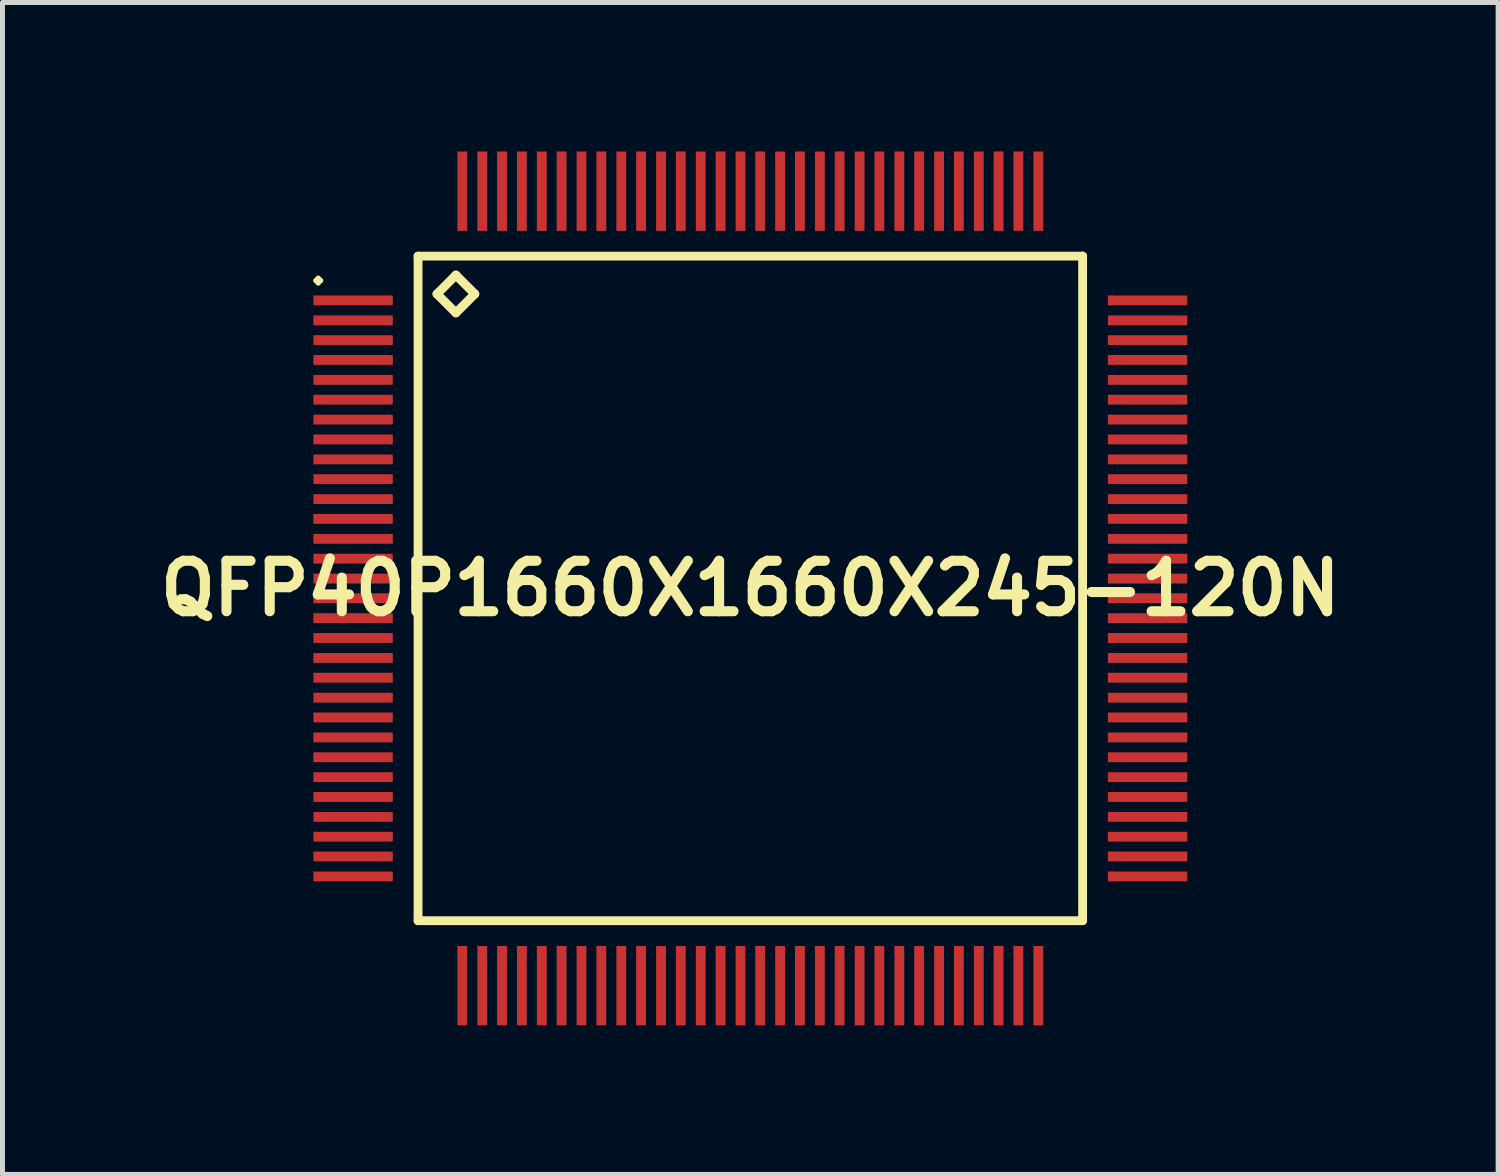
<source format=kicad_pcb>
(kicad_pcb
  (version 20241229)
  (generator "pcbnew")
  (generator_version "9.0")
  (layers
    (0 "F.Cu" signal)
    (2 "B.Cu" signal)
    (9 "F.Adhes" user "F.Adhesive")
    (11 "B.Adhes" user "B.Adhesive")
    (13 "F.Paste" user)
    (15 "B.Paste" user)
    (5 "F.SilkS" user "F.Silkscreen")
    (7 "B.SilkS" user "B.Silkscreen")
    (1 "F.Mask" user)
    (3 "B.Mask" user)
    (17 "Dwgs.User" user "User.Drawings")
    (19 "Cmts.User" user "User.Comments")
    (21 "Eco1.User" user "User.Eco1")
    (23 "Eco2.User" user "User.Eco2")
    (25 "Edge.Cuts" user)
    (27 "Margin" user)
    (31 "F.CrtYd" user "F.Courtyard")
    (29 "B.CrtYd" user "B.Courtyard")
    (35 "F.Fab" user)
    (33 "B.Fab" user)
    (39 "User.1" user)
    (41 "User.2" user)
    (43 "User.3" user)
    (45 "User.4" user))
  (footprint "QFP40P1660X1660X245-120N"
    (layer "F.Cu")
    (at 12.057 8.797)
    (property "Reference" "QFP40P1660X1660X245-120N" (at 0 0 0) (layer "F.SilkS") (effects (font (size 1.016 1.016) (thickness 0.203))))
    (attr smd)
    (fp_line (start -8.748 -6.198) (end -8.7 -6.248) (stroke (width 0.099) (type solid)) (layer "F.SilkS"))
    (fp_line (start -8.7 -6.248) (end -8.649 -6.198) (stroke (width 0.099) (type solid)) (layer "F.SilkS"))
    (fp_line (start -8.7 -6.149) (end -8.748 -6.198) (stroke (width 0.099) (type solid)) (layer "F.SilkS"))
    (fp_line (start -8.649 -6.198) (end -8.7 -6.149) (stroke (width 0.099) (type solid)) (layer "F.SilkS"))
    (fp_line (start -6.69 -6.69) (end -6.69 6.69) (stroke (width 0.178) (type solid)) (layer "F.SilkS"))
    (fp_line (start -6.69 6.69) (end 6.69 6.69) (stroke (width 0.178) (type solid)) (layer "F.SilkS"))
    (fp_line (start -6.309 -5.928) (end -5.928 -6.309) (stroke (width 0.178) (type solid)) (layer "F.SilkS"))
    (fp_line (start -5.928 -6.309) (end -5.547 -5.928) (stroke (width 0.178) (type solid)) (layer "F.SilkS"))
    (fp_line (start -5.928 -5.547) (end -6.309 -5.928) (stroke (width 0.178) (type solid)) (layer "F.SilkS"))
    (fp_line (start -5.547 -5.928) (end -5.928 -5.547) (stroke (width 0.178) (type solid)) (layer "F.SilkS"))
    (fp_line (start 6.69 -6.69) (end -6.69 -6.69) (stroke (width 0.178) (type solid)) (layer "F.SilkS"))
    (fp_line (start 6.69 6.69) (end 6.69 -6.69) (stroke (width 0.178) (type solid)) (layer "F.SilkS"))
    (pad "1" smd rect (at -7.998 -5.799) (size 1.598 0.198) (layers "F.Cu" "F.Mask" "F.Paste"))
    (pad "2" smd rect (at -7.998 -5.397) (size 1.598 0.198) (layers "F.Cu" "F.Mask" "F.Paste"))
    (pad "3" smd rect (at -7.998 -4.999) (size 1.598 0.198) (layers "F.Cu" "F.Mask" "F.Paste"))
    (pad "4" smd rect (at -7.998 -4.6) (size 1.598 0.198) (layers "F.Cu" "F.Mask" "F.Paste"))
    (pad "5" smd rect (at -7.998 -4.199) (size 1.598 0.198) (layers "F.Cu" "F.Mask" "F.Paste"))
    (pad "6" smd rect (at -7.998 -3.8) (size 1.598 0.198) (layers "F.Cu" "F.Mask" "F.Paste"))
    (pad "7" smd rect (at -7.998 -3.399) (size 1.598 0.198) (layers "F.Cu" "F.Mask" "F.Paste"))
    (pad "8" smd rect (at -7.998 -3) (size 1.598 0.198) (layers "F.Cu" "F.Mask" "F.Paste"))
    (pad "9" smd rect (at -7.998 -2.598) (size 1.598 0.198) (layers "F.Cu" "F.Mask" "F.Paste"))
    (pad "10" smd rect (at -7.998 -2.2) (size 1.598 0.198) (layers "F.Cu" "F.Mask" "F.Paste"))
    (pad "11" smd rect (at -7.998 -1.798) (size 1.598 0.198) (layers "F.Cu" "F.Mask" "F.Paste"))
    (pad "12" smd rect (at -7.998 -1.4) (size 1.598 0.198) (layers "F.Cu" "F.Mask" "F.Paste"))
    (pad "13" smd rect (at -7.998 -0.998) (size 1.598 0.198) (layers "F.Cu" "F.Mask" "F.Paste"))
    (pad "14" smd rect (at -7.998 -0.599) (size 1.598 0.198) (layers "F.Cu" "F.Mask" "F.Paste"))
    (pad "15" smd rect (at -7.998 -0.198) (size 1.598 0.198) (layers "F.Cu" "F.Mask" "F.Paste"))
    (pad "16" smd rect (at -7.998 0.198) (size 1.598 0.198) (layers "F.Cu" "F.Mask" "F.Paste"))
    (pad "17" smd rect (at -7.998 0.599) (size 1.598 0.198) (layers "F.Cu" "F.Mask" "F.Paste"))
    (pad "18" smd rect (at -7.998 0.998) (size 1.598 0.198) (layers "F.Cu" "F.Mask" "F.Paste"))
    (pad "19" smd rect (at -7.998 1.4) (size 1.598 0.198) (layers "F.Cu" "F.Mask" "F.Paste"))
    (pad "20" smd rect (at -7.998 1.798) (size 1.598 0.198) (layers "F.Cu" "F.Mask" "F.Paste"))
    (pad "21" smd rect (at -7.998 2.2) (size 1.598 0.198) (layers "F.Cu" "F.Mask" "F.Paste"))
    (pad "22" smd rect (at -7.998 2.598) (size 1.598 0.198) (layers "F.Cu" "F.Mask" "F.Paste"))
    (pad "23" smd rect (at -7.998 3) (size 1.598 0.198) (layers "F.Cu" "F.Mask" "F.Paste"))
    (pad "24" smd rect (at -7.998 3.399) (size 1.598 0.198) (layers "F.Cu" "F.Mask" "F.Paste"))
    (pad "25" smd rect (at -7.998 3.8) (size 1.598 0.198) (layers "F.Cu" "F.Mask" "F.Paste"))
    (pad "26" smd rect (at -7.998 4.199) (size 1.598 0.198) (layers "F.Cu" "F.Mask" "F.Paste"))
    (pad "27" smd rect (at -7.998 4.6) (size 1.598 0.198) (layers "F.Cu" "F.Mask" "F.Paste"))
    (pad "28" smd rect (at -7.998 4.999) (size 1.598 0.198) (layers "F.Cu" "F.Mask" "F.Paste"))
    (pad "29" smd rect (at -7.998 5.397) (size 1.598 0.198) (layers "F.Cu" "F.Mask" "F.Paste"))
    (pad "30" smd rect (at -7.998 5.799) (size 1.598 0.198) (layers "F.Cu" "F.Mask" "F.Paste"))
    (pad "31" smd rect (at -5.799 7.998) (size 0.198 1.598) (layers "F.Cu" "F.Mask" "F.Paste"))
    (pad "32" smd rect (at -5.397 7.998) (size 0.198 1.598) (layers "F.Cu" "F.Mask" "F.Paste"))
    (pad "33" smd rect (at -4.999 7.998) (size 0.198 1.598) (layers "F.Cu" "F.Mask" "F.Paste"))
    (pad "34" smd rect (at -4.6 7.998) (size 0.198 1.598) (layers "F.Cu" "F.Mask" "F.Paste"))
    (pad "35" smd rect (at -4.199 7.998) (size 0.198 1.598) (layers "F.Cu" "F.Mask" "F.Paste"))
    (pad "36" smd rect (at -3.8 7.998) (size 0.198 1.598) (layers "F.Cu" "F.Mask" "F.Paste"))
    (pad "37" smd rect (at -3.399 7.998) (size 0.198 1.598) (layers "F.Cu" "F.Mask" "F.Paste"))
    (pad "38" smd rect (at -3 7.998) (size 0.198 1.598) (layers "F.Cu" "F.Mask" "F.Paste"))
    (pad "39" smd rect (at -2.598 7.998) (size 0.198 1.598) (layers "F.Cu" "F.Mask" "F.Paste"))
    (pad "40" smd rect (at -2.2 7.998) (size 0.198 1.598) (layers "F.Cu" "F.Mask" "F.Paste"))
    (pad "41" smd rect (at -1.798 7.998) (size 0.198 1.598) (layers "F.Cu" "F.Mask" "F.Paste"))
    (pad "42" smd rect (at -1.4 7.998) (size 0.198 1.598) (layers "F.Cu" "F.Mask" "F.Paste"))
    (pad "43" smd rect (at -0.998 7.998) (size 0.198 1.598) (layers "F.Cu" "F.Mask" "F.Paste"))
    (pad "44" smd rect (at -0.599 7.998) (size 0.198 1.598) (layers "F.Cu" "F.Mask" "F.Paste"))
    (pad "45" smd rect (at -0.198 7.998) (size 0.198 1.598) (layers "F.Cu" "F.Mask" "F.Paste"))
    (pad "46" smd rect (at 0.198 7.998) (size 0.198 1.598) (layers "F.Cu" "F.Mask" "F.Paste"))
    (pad "47" smd rect (at 0.599 7.998) (size 0.198 1.598) (layers "F.Cu" "F.Mask" "F.Paste"))
    (pad "48" smd rect (at 0.998 7.998) (size 0.198 1.598) (layers "F.Cu" "F.Mask" "F.Paste"))
    (pad "49" smd rect (at 1.4 7.998) (size 0.198 1.598) (layers "F.Cu" "F.Mask" "F.Paste"))
    (pad "50" smd rect (at 1.798 7.998) (size 0.198 1.598) (layers "F.Cu" "F.Mask" "F.Paste"))
    (pad "51" smd rect (at 2.2 7.998) (size 0.198 1.598) (layers "F.Cu" "F.Mask" "F.Paste"))
    (pad "52" smd rect (at 2.598 7.998) (size 0.198 1.598) (layers "F.Cu" "F.Mask" "F.Paste"))
    (pad "53" smd rect (at 3 7.998) (size 0.198 1.598) (layers "F.Cu" "F.Mask" "F.Paste"))
    (pad "54" smd rect (at 3.399 7.998) (size 0.198 1.598) (layers "F.Cu" "F.Mask" "F.Paste"))
    (pad "55" smd rect (at 3.8 7.998) (size 0.198 1.598) (layers "F.Cu" "F.Mask" "F.Paste"))
    (pad "56" smd rect (at 4.199 7.998) (size 0.198 1.598) (layers "F.Cu" "F.Mask" "F.Paste"))
    (pad "57" smd rect (at 4.6 7.998) (size 0.198 1.598) (layers "F.Cu" "F.Mask" "F.Paste"))
    (pad "58" smd rect (at 4.999 7.998) (size 0.198 1.598) (layers "F.Cu" "F.Mask" "F.Paste"))
    (pad "59" smd rect (at 5.397 7.998) (size 0.198 1.598) (layers "F.Cu" "F.Mask" "F.Paste"))
    (pad "60" smd rect (at 5.799 7.998) (size 0.198 1.598) (layers "F.Cu" "F.Mask" "F.Paste"))
    (pad "61" smd rect (at 7.998 5.799) (size 1.598 0.198) (layers "F.Cu" "F.Mask" "F.Paste"))
    (pad "62" smd rect (at 7.998 5.397) (size 1.598 0.198) (layers "F.Cu" "F.Mask" "F.Paste"))
    (pad "63" smd rect (at 7.998 4.999) (size 1.598 0.198) (layers "F.Cu" "F.Mask" "F.Paste"))
    (pad "64" smd rect (at 7.998 4.6) (size 1.598 0.198) (layers "F.Cu" "F.Mask" "F.Paste"))
    (pad "65" smd rect (at 7.998 4.199) (size 1.598 0.198) (layers "F.Cu" "F.Mask" "F.Paste"))
    (pad "66" smd rect (at 7.998 3.8) (size 1.598 0.198) (layers "F.Cu" "F.Mask" "F.Paste"))
    (pad "67" smd rect (at 7.998 3.399) (size 1.598 0.198) (layers "F.Cu" "F.Mask" "F.Paste"))
    (pad "68" smd rect (at 7.998 3) (size 1.598 0.198) (layers "F.Cu" "F.Mask" "F.Paste"))
    (pad "69" smd rect (at 7.998 2.598) (size 1.598 0.198) (layers "F.Cu" "F.Mask" "F.Paste"))
    (pad "70" smd rect (at 7.998 2.2) (size 1.598 0.198) (layers "F.Cu" "F.Mask" "F.Paste"))
    (pad "71" smd rect (at 7.998 1.798) (size 1.598 0.198) (layers "F.Cu" "F.Mask" "F.Paste"))
    (pad "72" smd rect (at 7.998 1.4) (size 1.598 0.198) (layers "F.Cu" "F.Mask" "F.Paste"))
    (pad "73" smd rect (at 7.998 0.998) (size 1.598 0.198) (layers "F.Cu" "F.Mask" "F.Paste"))
    (pad "74" smd rect (at 7.998 0.599) (size 1.598 0.198) (layers "F.Cu" "F.Mask" "F.Paste"))
    (pad "75" smd rect (at 7.998 0.198) (size 1.598 0.198) (layers "F.Cu" "F.Mask" "F.Paste"))
    (pad "76" smd rect (at 7.998 -0.198) (size 1.598 0.198) (layers "F.Cu" "F.Mask" "F.Paste"))
    (pad "77" smd rect (at 7.998 -0.599) (size 1.598 0.198) (layers "F.Cu" "F.Mask" "F.Paste"))
    (pad "78" smd rect (at 7.998 -0.998) (size 1.598 0.198) (layers "F.Cu" "F.Mask" "F.Paste"))
    (pad "79" smd rect (at 7.998 -1.4) (size 1.598 0.198) (layers "F.Cu" "F.Mask" "F.Paste"))
    (pad "80" smd rect (at 7.998 -1.798) (size 1.598 0.198) (layers "F.Cu" "F.Mask" "F.Paste"))
    (pad "81" smd rect (at 7.998 -2.2) (size 1.598 0.198) (layers "F.Cu" "F.Mask" "F.Paste"))
    (pad "82" smd rect (at 7.998 -2.598) (size 1.598 0.198) (layers "F.Cu" "F.Mask" "F.Paste"))
    (pad "83" smd rect (at 7.998 -3) (size 1.598 0.198) (layers "F.Cu" "F.Mask" "F.Paste"))
    (pad "84" smd rect (at 7.998 -3.399) (size 1.598 0.198) (layers "F.Cu" "F.Mask" "F.Paste"))
    (pad "85" smd rect (at 7.998 -3.8) (size 1.598 0.198) (layers "F.Cu" "F.Mask" "F.Paste"))
    (pad "86" smd rect (at 7.998 -4.199) (size 1.598 0.198) (layers "F.Cu" "F.Mask" "F.Paste"))
    (pad "87" smd rect (at 7.998 -4.6) (size 1.598 0.198) (layers "F.Cu" "F.Mask" "F.Paste"))
    (pad "88" smd rect (at 7.998 -4.999) (size 1.598 0.198) (layers "F.Cu" "F.Mask" "F.Paste"))
    (pad "89" smd rect (at 7.998 -5.397) (size 1.598 0.198) (layers "F.Cu" "F.Mask" "F.Paste"))
    (pad "90" smd rect (at 7.998 -5.799) (size 1.598 0.198) (layers "F.Cu" "F.Mask" "F.Paste"))
    (pad "91" smd rect (at 5.799 -7.998) (size 0.198 1.598) (layers "F.Cu" "F.Mask" "F.Paste"))
    (pad "92" smd rect (at 5.397 -7.998) (size 0.198 1.598) (layers "F.Cu" "F.Mask" "F.Paste"))
    (pad "93" smd rect (at 4.999 -7.998) (size 0.198 1.598) (layers "F.Cu" "F.Mask" "F.Paste"))
    (pad "94" smd rect (at 4.6 -7.998) (size 0.198 1.598) (layers "F.Cu" "F.Mask" "F.Paste"))
    (pad "95" smd rect (at 4.199 -7.998) (size 0.198 1.598) (layers "F.Cu" "F.Mask" "F.Paste"))
    (pad "96" smd rect (at 3.8 -7.998) (size 0.198 1.598) (layers "F.Cu" "F.Mask" "F.Paste"))
    (pad "97" smd rect (at 3.399 -7.998) (size 0.198 1.598) (layers "F.Cu" "F.Mask" "F.Paste"))
    (pad "98" smd rect (at 3 -7.998) (size 0.198 1.598) (layers "F.Cu" "F.Mask" "F.Paste"))
    (pad "99" smd rect (at 2.598 -7.998) (size 0.198 1.598) (layers "F.Cu" "F.Mask" "F.Paste"))
    (pad "100" smd rect (at 2.2 -7.998) (size 0.198 1.598) (layers "F.Cu" "F.Mask" "F.Paste"))
    (pad "101" smd rect (at 1.798 -7.998) (size 0.198 1.598) (layers "F.Cu" "F.Mask" "F.Paste"))
    (pad "102" smd rect (at 1.4 -7.998) (size 0.198 1.598) (layers "F.Cu" "F.Mask" "F.Paste"))
    (pad "103" smd rect (at 0.998 -7.998) (size 0.198 1.598) (layers "F.Cu" "F.Mask" "F.Paste"))
    (pad "104" smd rect (at 0.599 -7.998) (size 0.198 1.598) (layers "F.Cu" "F.Mask" "F.Paste"))
    (pad "105" smd rect (at 0.198 -7.998) (size 0.198 1.598) (layers "F.Cu" "F.Mask" "F.Paste"))
    (pad "106" smd rect (at -0.198 -7.998) (size 0.198 1.598) (layers "F.Cu" "F.Mask" "F.Paste"))
    (pad "107" smd rect (at -0.599 -7.998) (size 0.198 1.598) (layers "F.Cu" "F.Mask" "F.Paste"))
    (pad "108" smd rect (at -0.998 -7.998) (size 0.198 1.598) (layers "F.Cu" "F.Mask" "F.Paste"))
    (pad "109" smd rect (at -1.4 -7.998) (size 0.198 1.598) (layers "F.Cu" "F.Mask" "F.Paste"))
    (pad "110" smd rect (at -1.798 -7.998) (size 0.198 1.598) (layers "F.Cu" "F.Mask" "F.Paste"))
    (pad "111" smd rect (at -2.2 -7.998) (size 0.198 1.598) (layers "F.Cu" "F.Mask" "F.Paste"))
    (pad "112" smd rect (at -2.598 -7.998) (size 0.198 1.598) (layers "F.Cu" "F.Mask" "F.Paste"))
    (pad "113" smd rect (at -3 -7.998) (size 0.198 1.598) (layers "F.Cu" "F.Mask" "F.Paste"))
    (pad "114" smd rect (at -3.399 -7.998) (size 0.198 1.598) (layers "F.Cu" "F.Mask" "F.Paste"))
    (pad "115" smd rect (at -3.8 -7.998) (size 0.198 1.598) (layers "F.Cu" "F.Mask" "F.Paste"))
    (pad "116" smd rect (at -4.199 -7.998) (size 0.198 1.598) (layers "F.Cu" "F.Mask" "F.Paste"))
    (pad "117" smd rect (at -4.6 -7.998) (size 0.198 1.598) (layers "F.Cu" "F.Mask" "F.Paste"))
    (pad "118" smd rect (at -4.999 -7.998) (size 0.198 1.598) (layers "F.Cu" "F.Mask" "F.Paste"))
    (pad "119" smd rect (at -5.397 -7.998) (size 0.198 1.598) (layers "F.Cu" "F.Mask" "F.Paste"))
    (pad "120" smd rect (at -5.799 -7.998) (size 0.198 1.598) (layers "F.Cu" "F.Mask" "F.Paste")))
  (gr_rect
    (start -3 -3)
    (end 27.113 20.595)
    (stroke (width 0.1) (type default))
    (fill no)
    (layer "Edge.Cuts")))
</source>
